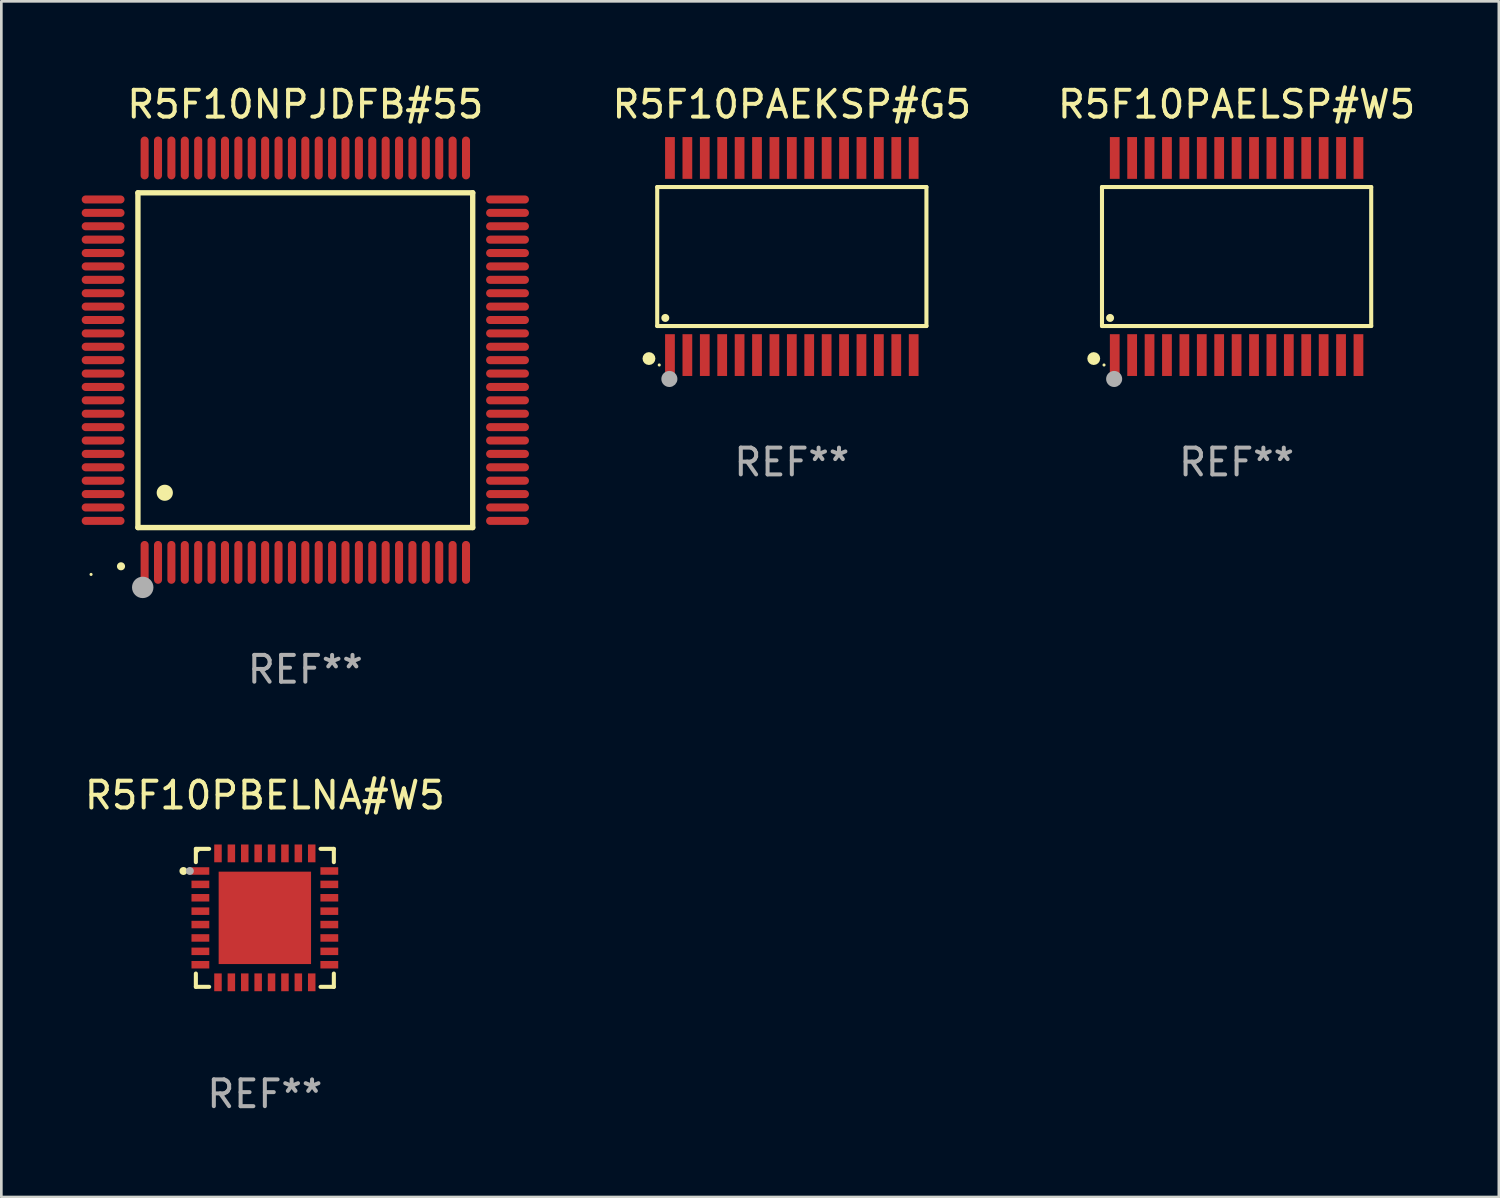
<source format=kicad_pcb>
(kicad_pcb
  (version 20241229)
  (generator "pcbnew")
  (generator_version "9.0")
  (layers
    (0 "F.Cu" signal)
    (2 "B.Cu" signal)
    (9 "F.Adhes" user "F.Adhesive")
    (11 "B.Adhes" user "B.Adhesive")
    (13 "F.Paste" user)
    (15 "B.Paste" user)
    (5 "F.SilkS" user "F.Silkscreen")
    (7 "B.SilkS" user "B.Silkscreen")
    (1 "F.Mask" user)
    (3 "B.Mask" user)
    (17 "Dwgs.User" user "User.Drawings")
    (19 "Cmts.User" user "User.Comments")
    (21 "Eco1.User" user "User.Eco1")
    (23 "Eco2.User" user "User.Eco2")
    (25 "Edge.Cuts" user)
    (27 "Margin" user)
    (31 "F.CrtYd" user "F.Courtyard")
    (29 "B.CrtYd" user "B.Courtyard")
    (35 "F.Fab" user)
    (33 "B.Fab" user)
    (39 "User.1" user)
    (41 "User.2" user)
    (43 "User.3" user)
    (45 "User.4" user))
  (footprint "R5F10PAEKSP#G5"
    (layer "F.Cu")
    (at 26.515 6.528)
    (property "Reference" "R5F10PAEKSP#G5" (at 0 -5.68 0) (layer "F.SilkS") (effects (font (size 1 1) (thickness 0.15))))
    (attr through_hole)
    (fp_line (start -5.026 -2.595) (end 5.026 -2.595) (stroke (width 0.152) (type solid)) (layer "F.SilkS"))
    (fp_line (start -5.026 2.595) (end -5.026 -2.595) (stroke (width 0.152) (type solid)) (layer "F.SilkS"))
    (fp_line (start 5.026 -2.595) (end 5.026 2.595) (stroke (width 0.152) (type solid)) (layer "F.SilkS"))
    (fp_line (start 5.026 2.595) (end -5.026 2.595) (stroke (width 0.152) (type solid)) (layer "F.SilkS"))
    (fp_circle (center -5.334 3.81) (end -5.214 3.81) (stroke (width 0.24) (type solid)) (fill no) (layer "F.SilkS"))
    (fp_circle (center -4.95 4.05) (end -4.92 4.05) (stroke (width 0.06) (type solid)) (fill no) (layer "F.SilkS"))
    (fp_circle (center -4.724 2.293) (end -4.649 2.293) (stroke (width 0.15) (type solid)) (fill no) (layer "F.SilkS"))
    (fp_circle (center -4.572 4.572) (end -4.422 4.572) (stroke (width 0.3) (type solid)) (fill no) (layer "F.Fab"))
    (fp_text user "REF**" (at 0 7.68 0) (layer "F.Fab") (effects (font (size 1 1) (thickness 0.15))))
    (pad "1" smd rect (at -4.55 3.68) (size 0.364 1.56) (layers "F.Cu" "F.Mask" "F.Paste"))
    (pad "2" smd rect (at -3.9 3.68) (size 0.364 1.56) (layers "F.Cu" "F.Mask" "F.Paste"))
    (pad "3" smd rect (at -3.25 3.68) (size 0.364 1.56) (layers "F.Cu" "F.Mask" "F.Paste"))
    (pad "4" smd rect (at -2.6 3.68) (size 0.364 1.56) (layers "F.Cu" "F.Mask" "F.Paste"))
    (pad "5" smd rect (at -1.95 3.68) (size 0.364 1.56) (layers "F.Cu" "F.Mask" "F.Paste"))
    (pad "6" smd rect (at -1.3 3.68) (size 0.364 1.56) (layers "F.Cu" "F.Mask" "F.Paste"))
    (pad "7" smd rect (at -0.65 3.68) (size 0.364 1.56) (layers "F.Cu" "F.Mask" "F.Paste"))
    (pad "8" smd rect (at -0.000013 3.68) (size 0.364 1.56) (layers "F.Cu" "F.Mask" "F.Paste"))
    (pad "9" smd rect (at 0.65 3.68) (size 0.364 1.56) (layers "F.Cu" "F.Mask" "F.Paste"))
    (pad "10" smd rect (at 1.3 3.68) (size 0.364 1.56) (layers "F.Cu" "F.Mask" "F.Paste"))
    (pad "11" smd rect (at 1.95 3.68) (size 0.364 1.56) (layers "F.Cu" "F.Mask" "F.Paste"))
    (pad "12" smd rect (at 2.6 3.68) (size 0.364 1.56) (layers "F.Cu" "F.Mask" "F.Paste"))
    (pad "13" smd rect (at 3.25 3.68) (size 0.364 1.56) (layers "F.Cu" "F.Mask" "F.Paste"))
    (pad "14" smd rect (at 3.9 3.68) (size 0.364 1.56) (layers "F.Cu" "F.Mask" "F.Paste"))
    (pad "15" smd rect (at 4.55 3.68) (size 0.364 1.56) (layers "F.Cu" "F.Mask" "F.Paste"))
    (pad "16" smd rect (at 4.55 -3.68) (size 0.364 1.56) (layers "F.Cu" "F.Mask" "F.Paste"))
    (pad "17" smd rect (at 3.9 -3.68) (size 0.364 1.56) (layers "F.Cu" "F.Mask" "F.Paste"))
    (pad "18" smd rect (at 3.25 -3.68) (size 0.364 1.56) (layers "F.Cu" "F.Mask" "F.Paste"))
    (pad "19" smd rect (at 2.6 -3.68) (size 0.364 1.56) (layers "F.Cu" "F.Mask" "F.Paste"))
    (pad "20" smd rect (at 1.95 -3.68) (size 0.364 1.56) (layers "F.Cu" "F.Mask" "F.Paste"))
    (pad "21" smd rect (at 1.3 -3.68) (size 0.364 1.56) (layers "F.Cu" "F.Mask" "F.Paste"))
    (pad "22" smd rect (at 0.65 -3.68) (size 0.364 1.56) (layers "F.Cu" "F.Mask" "F.Paste"))
    (pad "23" smd rect (at -0.000013 -3.68) (size 0.364 1.56) (layers "F.Cu" "F.Mask" "F.Paste"))
    (pad "24" smd rect (at -0.65 -3.68) (size 0.364 1.56) (layers "F.Cu" "F.Mask" "F.Paste"))
    (pad "25" smd rect (at -1.3 -3.68) (size 0.364 1.56) (layers "F.Cu" "F.Mask" "F.Paste"))
    (pad "26" smd rect (at -1.95 -3.68) (size 0.364 1.56) (layers "F.Cu" "F.Mask" "F.Paste"))
    (pad "27" smd rect (at -2.6 -3.68) (size 0.364 1.56) (layers "F.Cu" "F.Mask" "F.Paste"))
    (pad "28" smd rect (at -3.25 -3.68) (size 0.364 1.56) (layers "F.Cu" "F.Mask" "F.Paste"))
    (pad "29" smd rect (at -3.9 -3.68) (size 0.364 1.56) (layers "F.Cu" "F.Mask" "F.Paste"))
    (pad "30" smd rect (at -4.55 -3.68) (size 0.364 1.56) (layers "F.Cu" "F.Mask" "F.Paste")))
  (footprint "R5F10PAELSP#W5"
    (layer "F.Cu")
    (at 43.122 6.528)
    (property "Reference" "R5F10PAELSP#W5" (at 0 -5.68 0) (layer "F.SilkS") (effects (font (size 1 1) (thickness 0.15))))
    (attr through_hole)
    (fp_line (start -5.026 -2.595) (end 5.026 -2.595) (stroke (width 0.152) (type solid)) (layer "F.SilkS"))
    (fp_line (start -5.026 2.595) (end -5.026 -2.595) (stroke (width 0.152) (type solid)) (layer "F.SilkS"))
    (fp_line (start 5.026 -2.595) (end 5.026 2.595) (stroke (width 0.152) (type solid)) (layer "F.SilkS"))
    (fp_line (start 5.026 2.595) (end -5.026 2.595) (stroke (width 0.152) (type solid)) (layer "F.SilkS"))
    (fp_circle (center -5.334 3.81) (end -5.214 3.81) (stroke (width 0.24) (type solid)) (fill no) (layer "F.SilkS"))
    (fp_circle (center -4.95 4.05) (end -4.92 4.05) (stroke (width 0.06) (type solid)) (fill no) (layer "F.SilkS"))
    (fp_circle (center -4.724 2.293) (end -4.649 2.293) (stroke (width 0.15) (type solid)) (fill no) (layer "F.SilkS"))
    (fp_circle (center -4.572 4.572) (end -4.422 4.572) (stroke (width 0.3) (type solid)) (fill no) (layer "F.Fab"))
    (fp_text user "REF**" (at 0 7.68 0) (layer "F.Fab") (effects (font (size 1 1) (thickness 0.15))))
    (pad "1" smd rect (at -4.55 3.68) (size 0.364 1.56) (layers "F.Cu" "F.Mask" "F.Paste"))
    (pad "2" smd rect (at -3.9 3.68) (size 0.364 1.56) (layers "F.Cu" "F.Mask" "F.Paste"))
    (pad "3" smd rect (at -3.25 3.68) (size 0.364 1.56) (layers "F.Cu" "F.Mask" "F.Paste"))
    (pad "4" smd rect (at -2.6 3.68) (size 0.364 1.56) (layers "F.Cu" "F.Mask" "F.Paste"))
    (pad "5" smd rect (at -1.95 3.68) (size 0.364 1.56) (layers "F.Cu" "F.Mask" "F.Paste"))
    (pad "6" smd rect (at -1.3 3.68) (size 0.364 1.56) (layers "F.Cu" "F.Mask" "F.Paste"))
    (pad "7" smd rect (at -0.65 3.68) (size 0.364 1.56) (layers "F.Cu" "F.Mask" "F.Paste"))
    (pad "8" smd rect (at -0.000013 3.68) (size 0.364 1.56) (layers "F.Cu" "F.Mask" "F.Paste"))
    (pad "9" smd rect (at 0.65 3.68) (size 0.364 1.56) (layers "F.Cu" "F.Mask" "F.Paste"))
    (pad "10" smd rect (at 1.3 3.68) (size 0.364 1.56) (layers "F.Cu" "F.Mask" "F.Paste"))
    (pad "11" smd rect (at 1.95 3.68) (size 0.364 1.56) (layers "F.Cu" "F.Mask" "F.Paste"))
    (pad "12" smd rect (at 2.6 3.68) (size 0.364 1.56) (layers "F.Cu" "F.Mask" "F.Paste"))
    (pad "13" smd rect (at 3.25 3.68) (size 0.364 1.56) (layers "F.Cu" "F.Mask" "F.Paste"))
    (pad "14" smd rect (at 3.9 3.68) (size 0.364 1.56) (layers "F.Cu" "F.Mask" "F.Paste"))
    (pad "15" smd rect (at 4.55 3.68) (size 0.364 1.56) (layers "F.Cu" "F.Mask" "F.Paste"))
    (pad "16" smd rect (at 4.55 -3.68) (size 0.364 1.56) (layers "F.Cu" "F.Mask" "F.Paste"))
    (pad "17" smd rect (at 3.9 -3.68) (size 0.364 1.56) (layers "F.Cu" "F.Mask" "F.Paste"))
    (pad "18" smd rect (at 3.25 -3.68) (size 0.364 1.56) (layers "F.Cu" "F.Mask" "F.Paste"))
    (pad "19" smd rect (at 2.6 -3.68) (size 0.364 1.56) (layers "F.Cu" "F.Mask" "F.Paste"))
    (pad "20" smd rect (at 1.95 -3.68) (size 0.364 1.56) (layers "F.Cu" "F.Mask" "F.Paste"))
    (pad "21" smd rect (at 1.3 -3.68) (size 0.364 1.56) (layers "F.Cu" "F.Mask" "F.Paste"))
    (pad "22" smd rect (at 0.65 -3.68) (size 0.364 1.56) (layers "F.Cu" "F.Mask" "F.Paste"))
    (pad "23" smd rect (at -0.000013 -3.68) (size 0.364 1.56) (layers "F.Cu" "F.Mask" "F.Paste"))
    (pad "24" smd rect (at -0.65 -3.68) (size 0.364 1.56) (layers "F.Cu" "F.Mask" "F.Paste"))
    (pad "25" smd rect (at -1.3 -3.68) (size 0.364 1.56) (layers "F.Cu" "F.Mask" "F.Paste"))
    (pad "26" smd rect (at -1.95 -3.68) (size 0.364 1.56) (layers "F.Cu" "F.Mask" "F.Paste"))
    (pad "27" smd rect (at -2.6 -3.68) (size 0.364 1.56) (layers "F.Cu" "F.Mask" "F.Paste"))
    (pad "28" smd rect (at -3.25 -3.68) (size 0.364 1.56) (layers "F.Cu" "F.Mask" "F.Paste"))
    (pad "29" smd rect (at -3.9 -3.68) (size 0.364 1.56) (layers "F.Cu" "F.Mask" "F.Paste"))
    (pad "30" smd rect (at -4.55 -3.68) (size 0.364 1.56) (layers "F.Cu" "F.Mask" "F.Paste")))
  (footprint "R5F10NPJDFB#55"
    (layer "F.Cu")
    (at 8.35 10.398)
    (property "Reference" "R5F10NPJDFB#55" (at 0 -9.55 0) (layer "F.SilkS") (effects (font (size 1 1) (thickness 0.15))))
    (attr through_hole)
    (fp_line (start -6.25 -6.25) (end -6.25 6.25) (stroke (width 0.2) (type solid)) (layer "F.SilkS"))
    (fp_line (start -6.25 6.25) (end 6.25 6.25) (stroke (width 0.2) (type solid)) (layer "F.SilkS"))
    (fp_line (start 6.25 -6.25) (end -6.25 -6.25) (stroke (width 0.2) (type solid)) (layer "F.SilkS"))
    (fp_line (start 6.25 6.25) (end 6.25 -6.25) (stroke (width 0.2) (type solid)) (layer "F.SilkS"))
    (fp_arc (start -6.883414 7.696215) (mid -6.882144 7.69621) (end -6.880874 7.696215) (stroke (width 0.3) (type solid)) (layer "F.SilkS"))
    (fp_arc (start -5.250191 4.95047) (mid -5.247651 4.950459) (end -5.245111 4.95047) (stroke (width 0.6) (type solid)) (layer "F.SilkS"))
    (fp_circle (center -8 8) (end -7.97 8) (stroke (width 0.06) (type solid)) (fill no) (layer "F.SilkS"))
    (fp_circle (center -6.071 8.484) (end -5.871 8.484) (stroke (width 0.4) (type solid)) (fill no) (layer "F.Fab"))
    (fp_text user "REF**" (at 0 11.55 0) (layer "F.Fab") (effects (font (size 1 1) (thickness 0.15))))
    (pad "1" smd oval (at -6 7.55) (size 0.3 1.6) (layers "F.Cu" "F.Mask" "F.Paste"))
    (pad "2" smd oval (at -5.5 7.55) (size 0.3 1.6) (layers "F.Cu" "F.Mask" "F.Paste"))
    (pad "3" smd oval (at -5 7.55) (size 0.3 1.6) (layers "F.Cu" "F.Mask" "F.Paste"))
    (pad "4" smd oval (at -4.5 7.55) (size 0.3 1.6) (layers "F.Cu" "F.Mask" "F.Paste"))
    (pad "5" smd oval (at -4 7.55) (size 0.3 1.6) (layers "F.Cu" "F.Mask" "F.Paste"))
    (pad "6" smd oval (at -3.5 7.55) (size 0.3 1.6) (layers "F.Cu" "F.Mask" "F.Paste"))
    (pad "7" smd oval (at -3 7.55) (size 0.3 1.6) (layers "F.Cu" "F.Mask" "F.Paste"))
    (pad "8" smd oval (at -2.5 7.55) (size 0.3 1.6) (layers "F.Cu" "F.Mask" "F.Paste"))
    (pad "9" smd oval (at -2 7.55) (size 0.3 1.6) (layers "F.Cu" "F.Mask" "F.Paste"))
    (pad "10" smd oval (at -1.5 7.55) (size 0.3 1.6) (layers "F.Cu" "F.Mask" "F.Paste"))
    (pad "11" smd oval (at -1 7.55) (size 0.3 1.6) (layers "F.Cu" "F.Mask" "F.Paste"))
    (pad "12" smd oval (at -0.5 7.55) (size 0.3 1.6) (layers "F.Cu" "F.Mask" "F.Paste"))
    (pad "13" smd oval (at 0 7.55) (size 0.3 1.6) (layers "F.Cu" "F.Mask" "F.Paste"))
    (pad "14" smd oval (at 0.5 7.55) (size 0.3 1.6) (layers "F.Cu" "F.Mask" "F.Paste"))
    (pad "15" smd oval (at 1 7.55) (size 0.3 1.6) (layers "F.Cu" "F.Mask" "F.Paste"))
    (pad "16" smd oval (at 1.5 7.55) (size 0.3 1.6) (layers "F.Cu" "F.Mask" "F.Paste"))
    (pad "17" smd oval (at 2 7.55) (size 0.3 1.6) (layers "F.Cu" "F.Mask" "F.Paste"))
    (pad "18" smd oval (at 2.5 7.55) (size 0.3 1.6) (layers "F.Cu" "F.Mask" "F.Paste"))
    (pad "19" smd oval (at 3 7.55) (size 0.3 1.6) (layers "F.Cu" "F.Mask" "F.Paste"))
    (pad "20" smd oval (at 3.5 7.55) (size 0.3 1.6) (layers "F.Cu" "F.Mask" "F.Paste"))
    (pad "21" smd oval (at 4 7.55) (size 0.3 1.6) (layers "F.Cu" "F.Mask" "F.Paste"))
    (pad "22" smd oval (at 4.5 7.55) (size 0.3 1.6) (layers "F.Cu" "F.Mask" "F.Paste"))
    (pad "23" smd oval (at 5 7.55) (size 0.3 1.6) (layers "F.Cu" "F.Mask" "F.Paste"))
    (pad "24" smd oval (at 5.5 7.55) (size 0.3 1.6) (layers "F.Cu" "F.Mask" "F.Paste"))
    (pad "25" smd oval (at 6 7.55) (size 0.3 1.6) (layers "F.Cu" "F.Mask" "F.Paste"))
    (pad "26" smd oval (at 7.55 6) (size 1.6 0.3) (layers "F.Cu" "F.Mask" "F.Paste"))
    (pad "27" smd oval (at 7.55 5.5) (size 1.6 0.3) (layers "F.Cu" "F.Mask" "F.Paste"))
    (pad "28" smd oval (at 7.55 5) (size 1.6 0.3) (layers "F.Cu" "F.Mask" "F.Paste"))
    (pad "29" smd oval (at 7.55 4.5) (size 1.6 0.3) (layers "F.Cu" "F.Mask" "F.Paste"))
    (pad "30" smd oval (at 7.55 4) (size 1.6 0.3) (layers "F.Cu" "F.Mask" "F.Paste"))
    (pad "31" smd oval (at 7.55 3.5) (size 1.6 0.3) (layers "F.Cu" "F.Mask" "F.Paste"))
    (pad "32" smd oval (at 7.55 3) (size 1.6 0.3) (layers "F.Cu" "F.Mask" "F.Paste"))
    (pad "33" smd oval (at 7.55 2.5) (size 1.6 0.3) (layers "F.Cu" "F.Mask" "F.Paste"))
    (pad "34" smd oval (at 7.55 2) (size 1.6 0.3) (layers "F.Cu" "F.Mask" "F.Paste"))
    (pad "35" smd oval (at 7.55 1.5) (size 1.6 0.3) (layers "F.Cu" "F.Mask" "F.Paste"))
    (pad "36" smd oval (at 7.55 1) (size 1.6 0.3) (layers "F.Cu" "F.Mask" "F.Paste"))
    (pad "37" smd oval (at 7.55 0.5) (size 1.6 0.3) (layers "F.Cu" "F.Mask" "F.Paste"))
    (pad "38" smd oval (at 7.55 0) (size 1.6 0.3) (layers "F.Cu" "F.Mask" "F.Paste"))
    (pad "39" smd oval (at 7.55 -0.5) (size 1.6 0.3) (layers "F.Cu" "F.Mask" "F.Paste"))
    (pad "40" smd oval (at 7.55 -1) (size 1.6 0.3) (layers "F.Cu" "F.Mask" "F.Paste"))
    (pad "41" smd oval (at 7.55 -1.5) (size 1.6 0.3) (layers "F.Cu" "F.Mask" "F.Paste"))
    (pad "42" smd oval (at 7.55 -2) (size 1.6 0.3) (layers "F.Cu" "F.Mask" "F.Paste"))
    (pad "43" smd oval (at 7.55 -2.5) (size 1.6 0.3) (layers "F.Cu" "F.Mask" "F.Paste"))
    (pad "44" smd oval (at 7.55 -3) (size 1.6 0.3) (layers "F.Cu" "F.Mask" "F.Paste"))
    (pad "45" smd oval (at 7.55 -3.5) (size 1.6 0.3) (layers "F.Cu" "F.Mask" "F.Paste"))
    (pad "46" smd oval (at 7.55 -4) (size 1.6 0.3) (layers "F.Cu" "F.Mask" "F.Paste"))
    (pad "47" smd oval (at 7.55 -4.5) (size 1.6 0.3) (layers "F.Cu" "F.Mask" "F.Paste"))
    (pad "48" smd oval (at 7.55 -5) (size 1.6 0.3) (layers "F.Cu" "F.Mask" "F.Paste"))
    (pad "49" smd oval (at 7.55 -5.5) (size 1.6 0.3) (layers "F.Cu" "F.Mask" "F.Paste"))
    (pad "50" smd oval (at 7.55 -6) (size 1.6 0.3) (layers "F.Cu" "F.Mask" "F.Paste"))
    (pad "51" smd oval (at 6 -7.55) (size 0.3 1.6) (layers "F.Cu" "F.Mask" "F.Paste"))
    (pad "52" smd oval (at 5.5 -7.55) (size 0.3 1.6) (layers "F.Cu" "F.Mask" "F.Paste"))
    (pad "53" smd oval (at 5 -7.55) (size 0.3 1.6) (layers "F.Cu" "F.Mask" "F.Paste"))
    (pad "54" smd oval (at 4.5 -7.55) (size 0.3 1.6) (layers "F.Cu" "F.Mask" "F.Paste"))
    (pad "55" smd oval (at 4 -7.55) (size 0.3 1.6) (layers "F.Cu" "F.Mask" "F.Paste"))
    (pad "56" smd oval (at 3.5 -7.55) (size 0.3 1.6) (layers "F.Cu" "F.Mask" "F.Paste"))
    (pad "57" smd oval (at 3 -7.55) (size 0.3 1.6) (layers "F.Cu" "F.Mask" "F.Paste"))
    (pad "58" smd oval (at 2.5 -7.55) (size 0.3 1.6) (layers "F.Cu" "F.Mask" "F.Paste"))
    (pad "59" smd oval (at 2 -7.55) (size 0.3 1.6) (layers "F.Cu" "F.Mask" "F.Paste"))
    (pad "60" smd oval (at 1.5 -7.55) (size 0.3 1.6) (layers "F.Cu" "F.Mask" "F.Paste"))
    (pad "61" smd oval (at 1 -7.55) (size 0.3 1.6) (layers "F.Cu" "F.Mask" "F.Paste"))
    (pad "62" smd oval (at 0.5 -7.55) (size 0.3 1.6) (layers "F.Cu" "F.Mask" "F.Paste"))
    (pad "63" smd oval (at 0 -7.55) (size 0.3 1.6) (layers "F.Cu" "F.Mask" "F.Paste"))
    (pad "64" smd oval (at -0.5 -7.55) (size 0.3 1.6) (layers "F.Cu" "F.Mask" "F.Paste"))
    (pad "65" smd oval (at -1 -7.55) (size 0.3 1.6) (layers "F.Cu" "F.Mask" "F.Paste"))
    (pad "66" smd oval (at -1.5 -7.55) (size 0.3 1.6) (layers "F.Cu" "F.Mask" "F.Paste"))
    (pad "67" smd oval (at -2 -7.55) (size 0.3 1.6) (layers "F.Cu" "F.Mask" "F.Paste"))
    (pad "68" smd oval (at -2.5 -7.55) (size 0.3 1.6) (layers "F.Cu" "F.Mask" "F.Paste"))
    (pad "69" smd oval (at -3 -7.55) (size 0.3 1.6) (layers "F.Cu" "F.Mask" "F.Paste"))
    (pad "70" smd oval (at -3.5 -7.55) (size 0.3 1.6) (layers "F.Cu" "F.Mask" "F.Paste"))
    (pad "71" smd oval (at -4 -7.55) (size 0.3 1.6) (layers "F.Cu" "F.Mask" "F.Paste"))
    (pad "72" smd oval (at -4.5 -7.55) (size 0.3 1.6) (layers "F.Cu" "F.Mask" "F.Paste"))
    (pad "73" smd oval (at -5 -7.55) (size 0.3 1.6) (layers "F.Cu" "F.Mask" "F.Paste"))
    (pad "74" smd oval (at -5.5 -7.55) (size 0.3 1.6) (layers "F.Cu" "F.Mask" "F.Paste"))
    (pad "75" smd oval (at -6 -7.55) (size 0.3 1.6) (layers "F.Cu" "F.Mask" "F.Paste"))
    (pad "76" smd oval (at -7.55 -6) (size 1.6 0.3) (layers "F.Cu" "F.Mask" "F.Paste"))
    (pad "77" smd oval (at -7.55 -5.5) (size 1.6 0.3) (layers "F.Cu" "F.Mask" "F.Paste"))
    (pad "78" smd oval (at -7.55 -5) (size 1.6 0.3) (layers "F.Cu" "F.Mask" "F.Paste"))
    (pad "79" smd oval (at -7.55 -4.5) (size 1.6 0.3) (layers "F.Cu" "F.Mask" "F.Paste"))
    (pad "80" smd oval (at -7.55 -4) (size 1.6 0.3) (layers "F.Cu" "F.Mask" "F.Paste"))
    (pad "81" smd oval (at -7.55 -3.5) (size 1.6 0.3) (layers "F.Cu" "F.Mask" "F.Paste"))
    (pad "82" smd oval (at -7.55 -3) (size 1.6 0.3) (layers "F.Cu" "F.Mask" "F.Paste"))
    (pad "83" smd oval (at -7.55 -2.5) (size 1.6 0.3) (layers "F.Cu" "F.Mask" "F.Paste"))
    (pad "84" smd oval (at -7.55 -2) (size 1.6 0.3) (layers "F.Cu" "F.Mask" "F.Paste"))
    (pad "85" smd oval (at -7.55 -1.5) (size 1.6 0.3) (layers "F.Cu" "F.Mask" "F.Paste"))
    (pad "86" smd oval (at -7.55 -1) (size 1.6 0.3) (layers "F.Cu" "F.Mask" "F.Paste"))
    (pad "87" smd oval (at -7.55 -0.5) (size 1.6 0.3) (layers "F.Cu" "F.Mask" "F.Paste"))
    (pad "88" smd oval (at -7.55 0) (size 1.6 0.3) (layers "F.Cu" "F.Mask" "F.Paste"))
    (pad "89" smd oval (at -7.55 0.5) (size 1.6 0.3) (layers "F.Cu" "F.Mask" "F.Paste"))
    (pad "90" smd oval (at -7.55 1) (size 1.6 0.3) (layers "F.Cu" "F.Mask" "F.Paste"))
    (pad "91" smd oval (at -7.55 1.5) (size 1.6 0.3) (layers "F.Cu" "F.Mask" "F.Paste"))
    (pad "92" smd oval (at -7.55 2) (size 1.6 0.3) (layers "F.Cu" "F.Mask" "F.Paste"))
    (pad "93" smd oval (at -7.55 2.5) (size 1.6 0.3) (layers "F.Cu" "F.Mask" "F.Paste"))
    (pad "94" smd oval (at -7.55 3) (size 1.6 0.3) (layers "F.Cu" "F.Mask" "F.Paste"))
    (pad "95" smd oval (at -7.55 3.5) (size 1.6 0.3) (layers "F.Cu" "F.Mask" "F.Paste"))
    (pad "96" smd oval (at -7.55 4) (size 1.6 0.3) (layers "F.Cu" "F.Mask" "F.Paste"))
    (pad "97" smd oval (at -7.55 4.5) (size 1.6 0.3) (layers "F.Cu" "F.Mask" "F.Paste"))
    (pad "98" smd oval (at -7.55 5) (size 1.6 0.3) (layers "F.Cu" "F.Mask" "F.Paste"))
    (pad "99" smd oval (at -7.55 5.5) (size 1.6 0.3) (layers "F.Cu" "F.Mask" "F.Paste"))
    (pad "100" smd oval (at -7.55 6) (size 1.6 0.3) (layers "F.Cu" "F.Mask" "F.Paste")))
  (footprint "R5F10PBELNA#W5"
    (layer "F.Cu")
    (at 6.839 31.221)
    (property "Reference" "R5F10PBELNA#W5" (at 0 -4.576 0) (layer "F.SilkS") (effects (font (size 1 1) (thickness 0.15))))
    (attr through_hole)
    (fp_line (start -2.576 -2.576) (end -2.576 -2.08) (stroke (width 0.152) (type solid)) (layer "F.SilkS"))
    (fp_line (start -2.576 2.576) (end -2.576 2.08) (stroke (width 0.152) (type solid)) (layer "F.SilkS"))
    (fp_line (start -2.08 -2.576) (end -2.576 -2.576) (stroke (width 0.152) (type solid)) (layer "F.SilkS"))
    (fp_line (start -2.08 2.576) (end -2.576 2.576) (stroke (width 0.152) (type solid)) (layer "F.SilkS"))
    (fp_line (start 2.08 -2.576) (end 2.576 -2.576) (stroke (width 0.152) (type solid)) (layer "F.SilkS"))
    (fp_line (start 2.08 2.576) (end 2.576 2.576) (stroke (width 0.152) (type solid)) (layer "F.SilkS"))
    (fp_line (start 2.576 -2.576) (end 2.576 -2.08) (stroke (width 0.152) (type solid)) (layer "F.SilkS"))
    (fp_line (start 2.576 2.576) (end 2.576 2.08) (stroke (width 0.152) (type solid)) (layer "F.SilkS"))
    (fp_circle (center -3.04 -1.75) (end -2.965 -1.75) (stroke (width 0.15) (type solid)) (fill no) (layer "F.SilkS"))
    (fp_circle (center -2.5 -2.5) (end -2.47 -2.5) (stroke (width 0.06) (type solid)) (fill no) (layer "F.SilkS"))
    (fp_circle (center -2.8 -1.75) (end -2.725 -1.75) (stroke (width 0.15) (type solid)) (fill no) (layer "F.Fab"))
    (fp_text user "REF**" (at 0 6.576 0) (layer "F.Fab") (effects (font (size 1 1) (thickness 0.15))))
    (pad "1" smd rect (at -2.407 -1.75) (size 0.665 0.28) (layers "F.Cu" "F.Mask" "F.Paste"))
    (pad "2" smd rect (at -2.407 -1.25) (size 0.665 0.28) (layers "F.Cu" "F.Mask" "F.Paste"))
    (pad "3" smd rect (at -2.407 -0.75) (size 0.665 0.28) (layers "F.Cu" "F.Mask" "F.Paste"))
    (pad "4" smd rect (at -2.407 -0.25) (size 0.665 0.28) (layers "F.Cu" "F.Mask" "F.Paste"))
    (pad "5" smd rect (at -2.407 0.25) (size 0.665 0.28) (layers "F.Cu" "F.Mask" "F.Paste"))
    (pad "6" smd rect (at -2.407 0.75) (size 0.665 0.28) (layers "F.Cu" "F.Mask" "F.Paste"))
    (pad "7" smd rect (at -2.407 1.25) (size 0.665 0.28) (layers "F.Cu" "F.Mask" "F.Paste"))
    (pad "8" smd rect (at -2.407 1.75) (size 0.665 0.28) (layers "F.Cu" "F.Mask" "F.Paste"))
    (pad "9" smd rect (at -1.75 2.407) (size 0.28 0.665) (layers "F.Cu" "F.Mask" "F.Paste"))
    (pad "10" smd rect (at -1.25 2.407) (size 0.28 0.665) (layers "F.Cu" "F.Mask" "F.Paste"))
    (pad "11" smd rect (at -0.75 2.407) (size 0.28 0.665) (layers "F.Cu" "F.Mask" "F.Paste"))
    (pad "12" smd rect (at -0.25 2.407) (size 0.28 0.665) (layers "F.Cu" "F.Mask" "F.Paste"))
    (pad "13" smd rect (at 0.25 2.407) (size 0.28 0.665) (layers "F.Cu" "F.Mask" "F.Paste"))
    (pad "14" smd rect (at 0.75 2.407) (size 0.28 0.665) (layers "F.Cu" "F.Mask" "F.Paste"))
    (pad "15" smd rect (at 1.25 2.407) (size 0.28 0.665) (layers "F.Cu" "F.Mask" "F.Paste"))
    (pad "16" smd rect (at 1.75 2.407) (size 0.28 0.665) (layers "F.Cu" "F.Mask" "F.Paste"))
    (pad "17" smd rect (at 2.407 1.75) (size 0.665 0.28) (layers "F.Cu" "F.Mask" "F.Paste"))
    (pad "18" smd rect (at 2.407 1.25) (size 0.665 0.28) (layers "F.Cu" "F.Mask" "F.Paste"))
    (pad "19" smd rect (at 2.407 0.75) (size 0.665 0.28) (layers "F.Cu" "F.Mask" "F.Paste"))
    (pad "20" smd rect (at 2.407 0.25) (size 0.665 0.28) (layers "F.Cu" "F.Mask" "F.Paste"))
    (pad "21" smd rect (at 2.407 -0.25) (size 0.665 0.28) (layers "F.Cu" "F.Mask" "F.Paste"))
    (pad "22" smd rect (at 2.407 -0.75) (size 0.665 0.28) (layers "F.Cu" "F.Mask" "F.Paste"))
    (pad "23" smd rect (at 2.407 -1.25) (size 0.665 0.28) (layers "F.Cu" "F.Mask" "F.Paste"))
    (pad "24" smd rect (at 2.407 -1.75) (size 0.665 0.28) (layers "F.Cu" "F.Mask" "F.Paste"))
    (pad "25" smd rect (at 1.75 -2.407) (size 0.28 0.665) (layers "F.Cu" "F.Mask" "F.Paste"))
    (pad "26" smd rect (at 1.25 -2.407) (size 0.28 0.665) (layers "F.Cu" "F.Mask" "F.Paste"))
    (pad "27" smd rect (at 0.75 -2.407) (size 0.28 0.665) (layers "F.Cu" "F.Mask" "F.Paste"))
    (pad "28" smd rect (at 0.25 -2.407) (size 0.28 0.665) (layers "F.Cu" "F.Mask" "F.Paste"))
    (pad "29" smd rect (at -0.25 -2.407) (size 0.28 0.665) (layers "F.Cu" "F.Mask" "F.Paste"))
    (pad "30" smd rect (at -0.75 -2.407) (size 0.28 0.665) (layers "F.Cu" "F.Mask" "F.Paste"))
    (pad "31" smd rect (at -1.25 -2.407) (size 0.28 0.665) (layers "F.Cu" "F.Mask" "F.Paste"))
    (pad "32" smd rect (at -1.75 -2.407) (size 0.28 0.665) (layers "F.Cu" "F.Mask" "F.Paste"))
    (pad "33" smd rect (at 0 0) (size 3.45 3.45) (layers "F.Cu" "F.Mask" "F.Paste")))
  (gr_rect
    (start -3 -3)
    (end 52.914 41.645)
    (stroke (width 0.1) (type default))
    (fill no)
    (layer "Edge.Cuts")))
</source>
